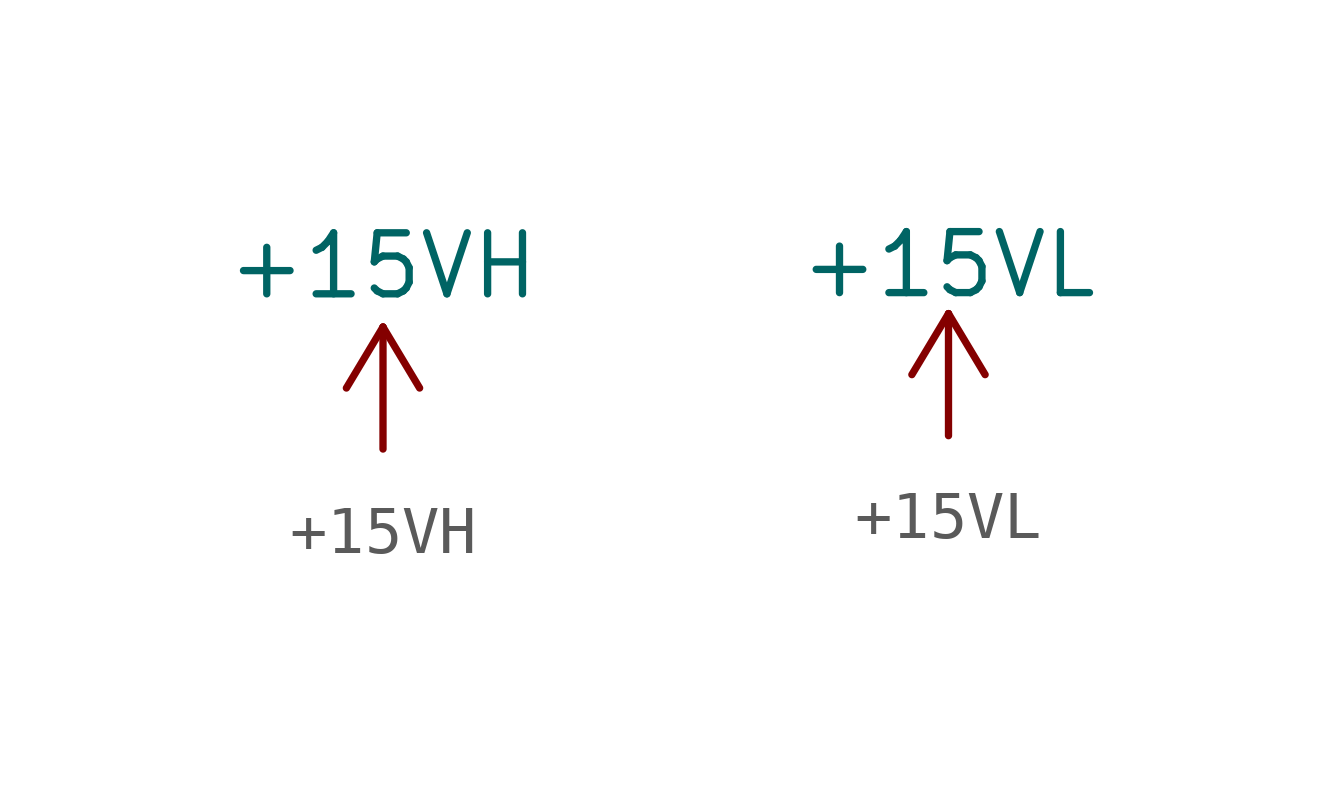
<source format=kicad_sym>
(kicad_symbol_lib
  (version 20220914)
  (generator kicad_symbol_editor)
  (symbol "+15VH"
    (power)
    (property "Reference" "#PWR"
      (at -0.254 -1.524 0)
      (effects (font (size 1.27 1.27)) hide))
    (property "Value" "+15VH"
      (at 0 3.81 0)
      (effects (font (size 1.27 1.27))))
    (symbol "+15VH_0_1"
      (polyline (pts (xy 0 0) (xy 0 2.54)) (stroke (width 0) (type default)) (fill (type none)))
      (polyline (pts (xy 0 2.54) (xy -0.762 1.27)) (stroke (width 0) (type default)) (fill (type none)))
      (polyline (pts (xy 0 2.54) (xy 0.762 1.27)) (stroke (width 0) (type default)) (fill (type none))))
    (symbol "+15VH_1_1"
      (pin power_in line (at 0 0 180) (length 0) hide (name "+15VH" (effects (font (size 1.27 1.27)))) (number "1" (effects (font (size 1.27 1.27)))))))
  (symbol "+15VL"
    (property "Reference" "#PWR"
      (at 0 -1.27 0)
      (effects (font (size 1.27 1.27)) hide))
    (property "Value" "+15VL"
      (at 0 3.556 0)
      (effects (font (size 1.27 1.27))))
    (symbol "+15VL_0_1"
      (polyline (pts (xy 0 0) (xy 0 2.54)) (stroke (width 0) (type default)) (fill (type none)))
      (polyline (pts (xy 0 2.54) (xy -0.762 1.27)) (stroke (width 0) (type default)) (fill (type none)))
      (polyline (pts (xy 0 2.54) (xy 0.762 1.27)) (stroke (width 0) (type default)) (fill (type none))))
    (symbol "+15VL_1_1"
      (pin power_in line (at 0 0 180) (length 0) hide (name "+15VL" (effects (font (size 1.27 1.27)))) (number "1" (effects (font (size 1.27 1.27))))))))
</source>
